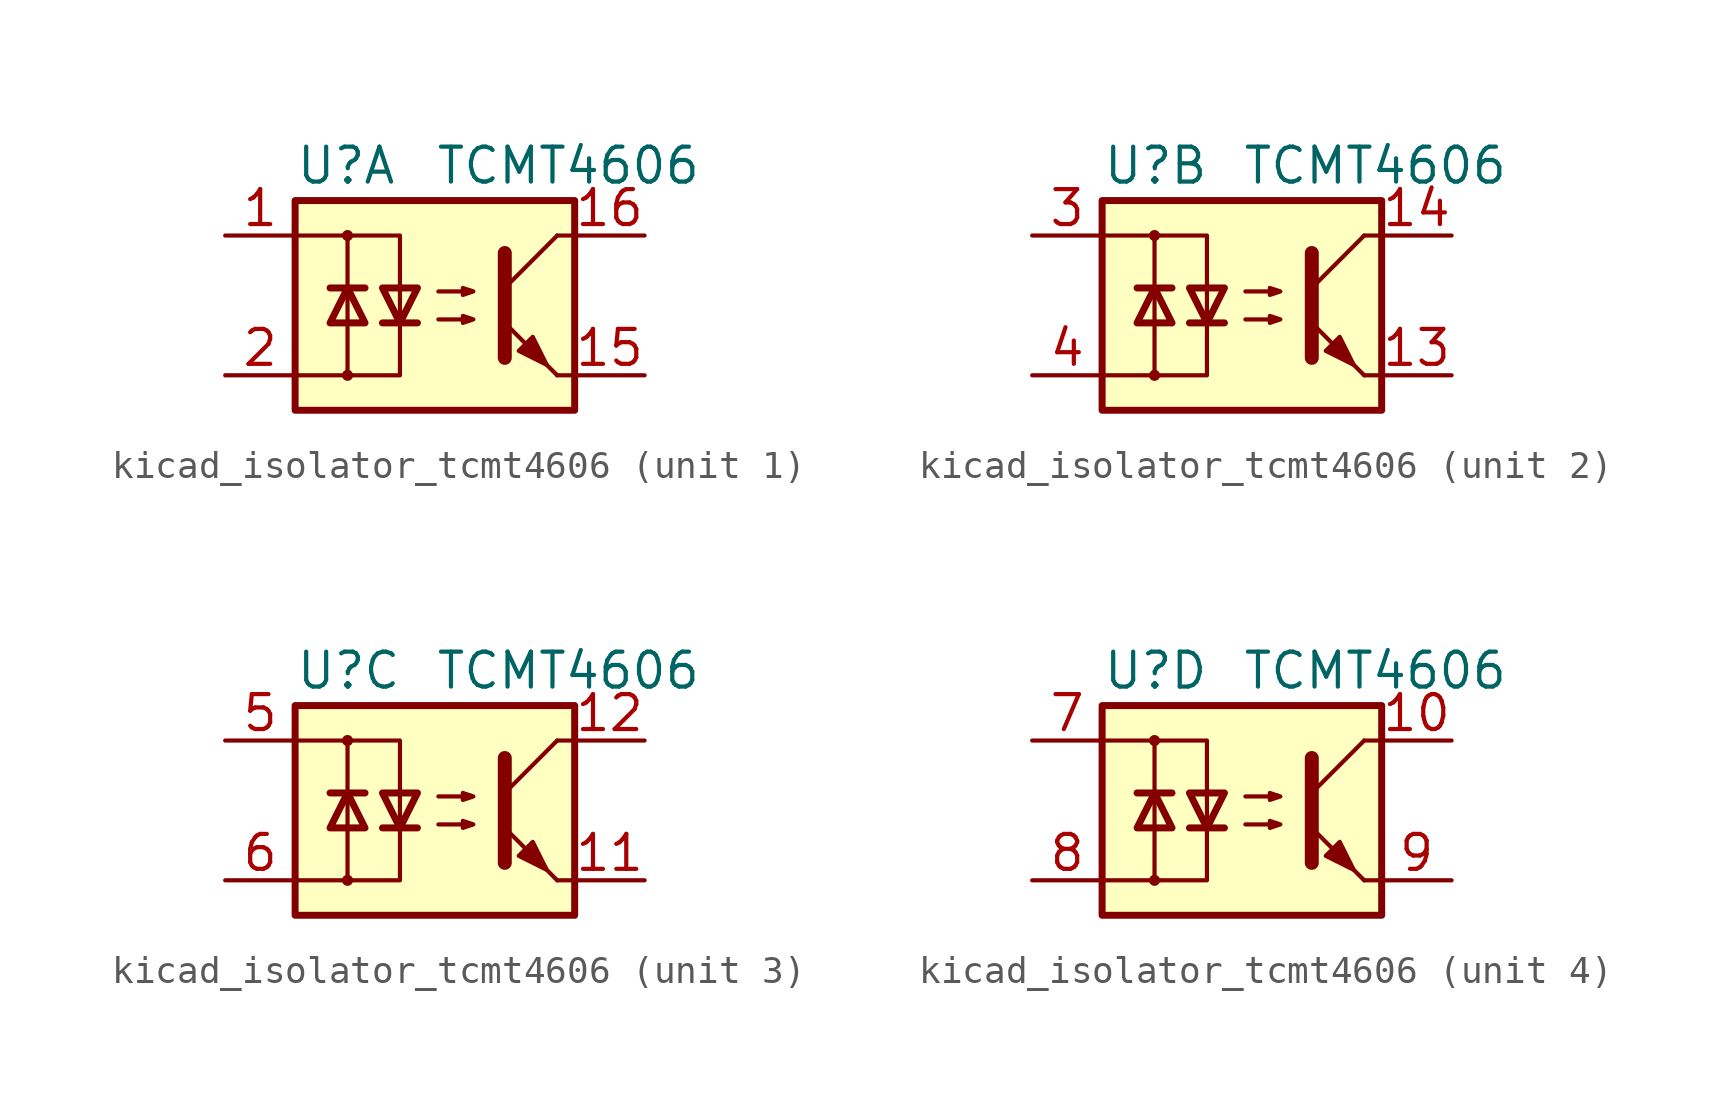
<source format=kicad_sym>
(kicad_symbol_lib
  (version 20220914)
  (generator kicad_symbol_editor)
  (symbol "kicad_isolator_tcmt4606"
    (pin_names
      (offset 1.016))
    (property "Reference" "U"
      (at -5.08 5.08 0)
      (effects (font (size 1.27 1.27)) (justify left)))
    (property "Value" "TCMT4606"
      (at 0 5.08 0)
      (effects (font (size 1.27 1.27)) (justify left)))
    (symbol "kicad_isolator_tcmt4606_0_1"
      (rectangle (start -5.08 3.81) (end 5.08 -3.81) (stroke (width 0.254) (type default)) (fill (type background)))
      (circle (center -3.175 -2.54) (radius 0.127) (stroke (width 0) (type default)) (fill (type none)))
      (circle (center -3.175 2.54) (radius 0.127) (stroke (width 0) (type default)) (fill (type none)))
      (polyline (pts (xy -3.81 0.635) (xy -2.54 0.635)) (stroke (width 0.254) (type default)) (fill (type none)))
      (polyline (pts (xy -3.175 -0.635) (xy -3.175 -2.54)) (stroke (width 0) (type default)) (fill (type none)))
      (polyline (pts (xy -3.175 -0.635) (xy -3.175 2.54)) (stroke (width 0) (type default)) (fill (type none)))
      (polyline (pts (xy -1.905 -0.635) (xy -0.635 -0.635)) (stroke (width 0.254) (type default)) (fill (type none)))
      (polyline (pts (xy 2.54 0.635) (xy 4.445 2.54)) (stroke (width 0) (type default)) (fill (type none)))
      (polyline (pts (xy 4.445 -2.54) (xy 2.54 -0.635)) (stroke (width 0) (type default)) (fill (type outline)))
      (polyline (pts (xy 4.445 -2.54) (xy 5.08 -2.54)) (stroke (width 0) (type default)) (fill (type none)))
      (polyline (pts (xy 4.445 2.54) (xy 5.08 2.54)) (stroke (width 0) (type default)) (fill (type none)))
      (polyline (pts (xy -5.08 2.54) (xy -1.27 2.54) (xy -1.27 -0.635)) (stroke (width 0) (type default)) (fill (type none)))
      (polyline (pts (xy -1.27 -0.635) (xy -1.27 -2.54) (xy -5.08 -2.54)) (stroke (width 0) (type default)) (fill (type none)))
      (polyline (pts (xy 2.54 1.905) (xy 2.54 -1.905) (xy 2.54 -1.905)) (stroke (width 0.508) (type default)) (fill (type none)))
      (polyline (pts (xy -3.175 0.635) (xy -3.81 -0.635) (xy -2.54 -0.635) (xy -3.175 0.635)) (stroke (width 0.254) (type default)) (fill (type none)))
      (polyline (pts (xy -1.27 -0.635) (xy -1.905 0.635) (xy -0.635 0.635) (xy -1.27 -0.635)) (stroke (width 0.254) (type default)) (fill (type none)))
      (polyline (pts (xy 0.127 -0.508) (xy 1.397 -0.508) (xy 1.016 -0.635) (xy 1.016 -0.381) (xy 1.397 -0.508)) (stroke (width 0) (type default)) (fill (type none)))
      (polyline (pts (xy 0.127 0.508) (xy 1.397 0.508) (xy 1.016 0.381) (xy 1.016 0.635) (xy 1.397 0.508)) (stroke (width 0) (type default)) (fill (type none)))
      (polyline (pts (xy 3.048 -1.651) (xy 3.556 -1.143) (xy 4.064 -2.159) (xy 3.048 -1.651) (xy 3.048 -1.651)) (stroke (width 0) (type default)) (fill (type outline))))
    (symbol "kicad_isolator_tcmt4606_1_1"
      (pin passive line (at -7.62 2.54 0) (length 2.54) (name "~" (effects (font (size 1.27 1.27)))) (number "1" (effects (font (size 1.27 1.27)))))
      (pin passive line (at 7.62 -2.54 180) (length 2.54) (name "~" (effects (font (size 1.27 1.27)))) (number "15" (effects (font (size 1.27 1.27)))))
      (pin passive line (at 7.62 2.54 180) (length 2.54) (name "~" (effects (font (size 1.27 1.27)))) (number "16" (effects (font (size 1.27 1.27)))))
      (pin passive line (at -7.62 -2.54 0) (length 2.54) (name "~" (effects (font (size 1.27 1.27)))) (number "2" (effects (font (size 1.27 1.27))))))
    (symbol "kicad_isolator_tcmt4606_2_1"
      (pin passive line (at 7.62 -2.54 180) (length 2.54) (name "~" (effects (font (size 1.27 1.27)))) (number "13" (effects (font (size 1.27 1.27)))))
      (pin passive line (at 7.62 2.54 180) (length 2.54) (name "~" (effects (font (size 1.27 1.27)))) (number "14" (effects (font (size 1.27 1.27)))))
      (pin passive line (at -7.62 2.54 0) (length 2.54) (name "~" (effects (font (size 1.27 1.27)))) (number "3" (effects (font (size 1.27 1.27)))))
      (pin passive line (at -7.62 -2.54 0) (length 2.54) (name "~" (effects (font (size 1.27 1.27)))) (number "4" (effects (font (size 1.27 1.27))))))
    (symbol "kicad_isolator_tcmt4606_3_1"
      (pin passive line (at 7.62 -2.54 180) (length 2.54) (name "~" (effects (font (size 1.27 1.27)))) (number "11" (effects (font (size 1.27 1.27)))))
      (pin passive line (at 7.62 2.54 180) (length 2.54) (name "~" (effects (font (size 1.27 1.27)))) (number "12" (effects (font (size 1.27 1.27)))))
      (pin passive line (at -7.62 2.54 0) (length 2.54) (name "~" (effects (font (size 1.27 1.27)))) (number "5" (effects (font (size 1.27 1.27)))))
      (pin passive line (at -7.62 -2.54 0) (length 2.54) (name "~" (effects (font (size 1.27 1.27)))) (number "6" (effects (font (size 1.27 1.27))))))
    (symbol "kicad_isolator_tcmt4606_4_1"
      (pin passive line (at 7.62 2.54 180) (length 2.54) (name "~" (effects (font (size 1.27 1.27)))) (number "10" (effects (font (size 1.27 1.27)))))
      (pin passive line (at -7.62 2.54 0) (length 2.54) (name "~" (effects (font (size 1.27 1.27)))) (number "7" (effects (font (size 1.27 1.27)))))
      (pin passive line (at -7.62 -2.54 0) (length 2.54) (name "~" (effects (font (size 1.27 1.27)))) (number "8" (effects (font (size 1.27 1.27)))))
      (pin passive line (at 7.62 -2.54 180) (length 2.54) (name "~" (effects (font (size 1.27 1.27)))) (number "9" (effects (font (size 1.27 1.27))))))))
</source>
